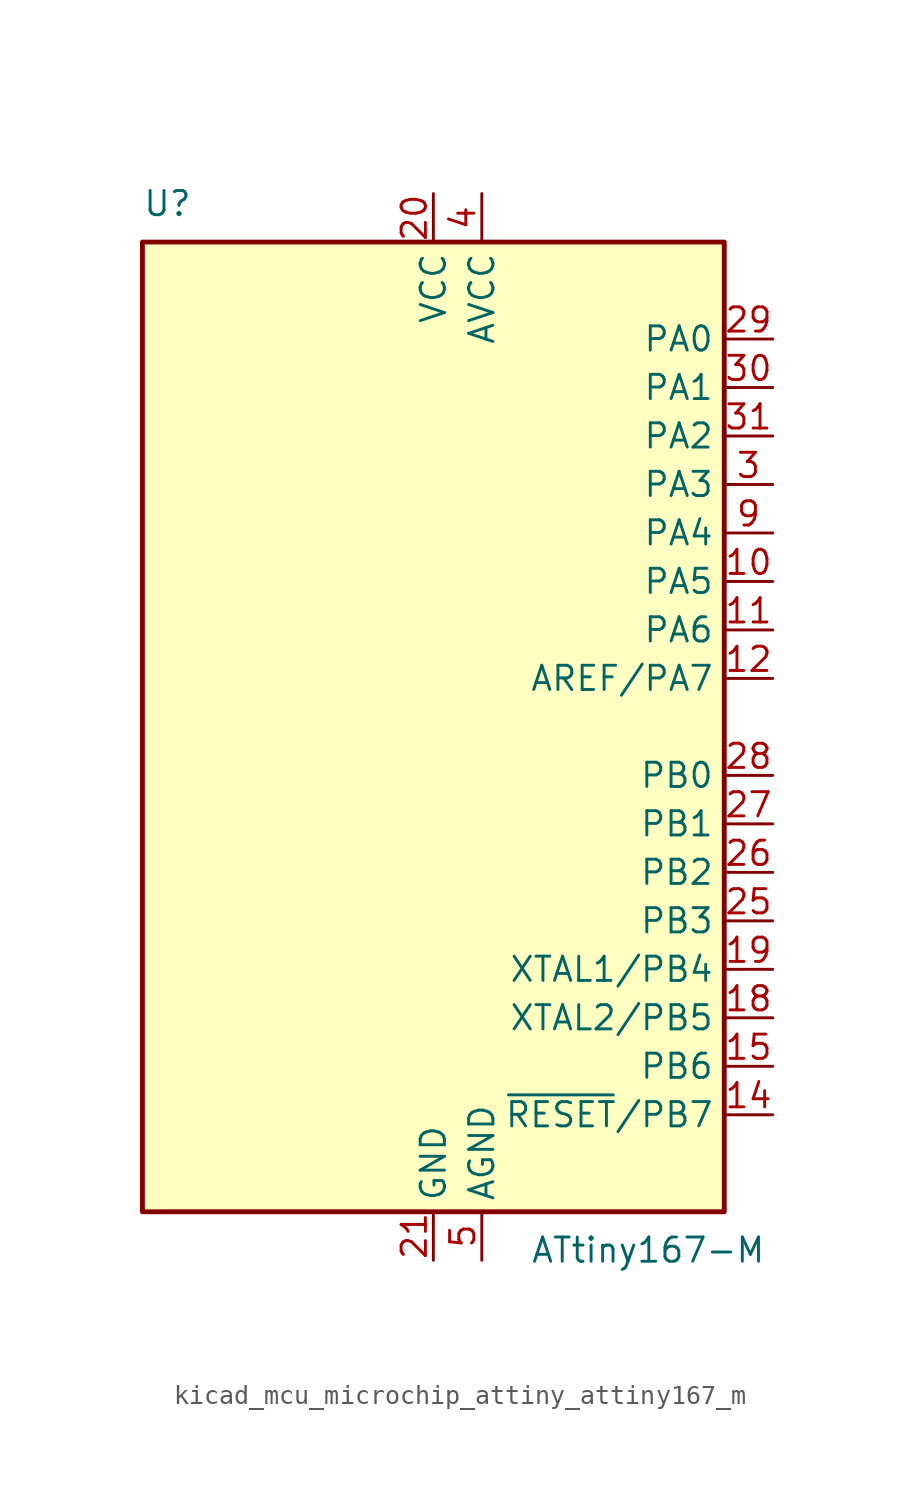
<source format=kicad_sym>
(kicad_symbol_lib
  (version 20220914)
  (generator kicad_symbol_editor)
  (symbol "kicad_mcu_microchip_attiny_attiny167_m"
    (property "Reference" "U"
      (at -15.24 26.67 0)
      (effects (font (size 1.27 1.27)) (justify left bottom)))
    (property "Value" "ATtiny167-M"
      (at 5.08 -26.67 0)
      (effects (font (size 1.27 1.27)) (justify left top)))
    (symbol "kicad_mcu_microchip_attiny_attiny167_m_0_1"
      (rectangle (start -15.24 -25.4) (end 15.24 25.4) (stroke (width 0.254) (type default)) (fill (type background))))
    (symbol "kicad_mcu_microchip_attiny_attiny167_m_1_1"
      (pin no_connect line (at -15.24 5.08 0) (length 2.54) hide (name "NC" (effects (font (size 1.27 1.27)))) (number "1" (effects (font (size 1.27 1.27)))))
      (pin bidirectional line (at 17.78 7.62 180) (length 2.54) (name "PA5" (effects (font (size 1.27 1.27)))) (number "10" (effects (font (size 1.27 1.27)))))
      (pin bidirectional line (at 17.78 5.08 180) (length 2.54) (name "PA6" (effects (font (size 1.27 1.27)))) (number "11" (effects (font (size 1.27 1.27)))))
      (pin bidirectional line (at 17.78 2.54 180) (length 2.54) (name "AREF/PA7" (effects (font (size 1.27 1.27)))) (number "12" (effects (font (size 1.27 1.27)))))
      (pin no_connect line (at -15.24 -7.62 0) (length 2.54) hide (name "NC" (effects (font (size 1.27 1.27)))) (number "13" (effects (font (size 1.27 1.27)))))
      (pin bidirectional line (at 17.78 -20.32 180) (length 2.54) (name "~{RESET}/PB7" (effects (font (size 1.27 1.27)))) (number "14" (effects (font (size 1.27 1.27)))))
      (pin bidirectional line (at 17.78 -17.78 180) (length 2.54) (name "PB6" (effects (font (size 1.27 1.27)))) (number "15" (effects (font (size 1.27 1.27)))))
      (pin no_connect line (at -15.24 -10.16 0) (length 2.54) hide (name "NC" (effects (font (size 1.27 1.27)))) (number "16" (effects (font (size 1.27 1.27)))))
      (pin no_connect line (at -15.24 -12.7 0) (length 2.54) hide (name "NC" (effects (font (size 1.27 1.27)))) (number "17" (effects (font (size 1.27 1.27)))))
      (pin bidirectional line (at 17.78 -15.24 180) (length 2.54) (name "XTAL2/PB5" (effects (font (size 1.27 1.27)))) (number "18" (effects (font (size 1.27 1.27)))))
      (pin bidirectional line (at 17.78 -12.7 180) (length 2.54) (name "XTAL1/PB4" (effects (font (size 1.27 1.27)))) (number "19" (effects (font (size 1.27 1.27)))))
      (pin no_connect line (at -15.24 2.54 0) (length 2.54) hide (name "NC" (effects (font (size 1.27 1.27)))) (number "2" (effects (font (size 1.27 1.27)))))
      (pin power_in line (at 0 27.94 270) (length 2.54) (name "VCC" (effects (font (size 1.27 1.27)))) (number "20" (effects (font (size 1.27 1.27)))))
      (pin power_in line (at 0 -27.94 90) (length 2.54) (name "GND" (effects (font (size 1.27 1.27)))) (number "21" (effects (font (size 1.27 1.27)))))
      (pin no_connect line (at -15.24 -15.24 0) (length 2.54) hide (name "NC" (effects (font (size 1.27 1.27)))) (number "22" (effects (font (size 1.27 1.27)))))
      (pin no_connect line (at -15.24 -17.78 0) (length 2.54) hide (name "NC" (effects (font (size 1.27 1.27)))) (number "23" (effects (font (size 1.27 1.27)))))
      (pin no_connect line (at -15.24 -20.32 0) (length 2.54) hide (name "NC" (effects (font (size 1.27 1.27)))) (number "24" (effects (font (size 1.27 1.27)))))
      (pin bidirectional line (at 17.78 -10.16 180) (length 2.54) (name "PB3" (effects (font (size 1.27 1.27)))) (number "25" (effects (font (size 1.27 1.27)))))
      (pin bidirectional line (at 17.78 -7.62 180) (length 2.54) (name "PB2" (effects (font (size 1.27 1.27)))) (number "26" (effects (font (size 1.27 1.27)))))
      (pin bidirectional line (at 17.78 -5.08 180) (length 2.54) (name "PB1" (effects (font (size 1.27 1.27)))) (number "27" (effects (font (size 1.27 1.27)))))
      (pin bidirectional line (at 17.78 -2.54 180) (length 2.54) (name "PB0" (effects (font (size 1.27 1.27)))) (number "28" (effects (font (size 1.27 1.27)))))
      (pin bidirectional line (at 17.78 20.32 180) (length 2.54) (name "PA0" (effects (font (size 1.27 1.27)))) (number "29" (effects (font (size 1.27 1.27)))))
      (pin bidirectional line (at 17.78 12.7 180) (length 2.54) (name "PA3" (effects (font (size 1.27 1.27)))) (number "3" (effects (font (size 1.27 1.27)))))
      (pin bidirectional line (at 17.78 17.78 180) (length 2.54) (name "PA1" (effects (font (size 1.27 1.27)))) (number "30" (effects (font (size 1.27 1.27)))))
      (pin bidirectional line (at 17.78 15.24 180) (length 2.54) (name "PA2" (effects (font (size 1.27 1.27)))) (number "31" (effects (font (size 1.27 1.27)))))
      (pin no_connect line (at -15.24 -22.86 0) (length 2.54) hide (name "NC" (effects (font (size 1.27 1.27)))) (number "32" (effects (font (size 1.27 1.27)))))
      (pin passive line (at 0 -27.94 90) (length 2.54) hide (name "GND" (effects (font (size 1.27 1.27)))) (number "33" (effects (font (size 1.27 1.27)))))
      (pin power_in line (at 2.54 27.94 270) (length 2.54) (name "AVCC" (effects (font (size 1.27 1.27)))) (number "4" (effects (font (size 1.27 1.27)))))
      (pin power_in line (at 2.54 -27.94 90) (length 2.54) (name "AGND" (effects (font (size 1.27 1.27)))) (number "5" (effects (font (size 1.27 1.27)))))
      (pin no_connect line (at -15.24 0 0) (length 2.54) hide (name "NC" (effects (font (size 1.27 1.27)))) (number "6" (effects (font (size 1.27 1.27)))))
      (pin no_connect line (at -15.24 -2.54 0) (length 2.54) hide (name "NC" (effects (font (size 1.27 1.27)))) (number "7" (effects (font (size 1.27 1.27)))))
      (pin no_connect line (at -15.24 -5.08 0) (length 2.54) hide (name "NC" (effects (font (size 1.27 1.27)))) (number "8" (effects (font (size 1.27 1.27)))))
      (pin bidirectional line (at 17.78 10.16 180) (length 2.54) (name "PA4" (effects (font (size 1.27 1.27)))) (number "9" (effects (font (size 1.27 1.27))))))))
</source>
